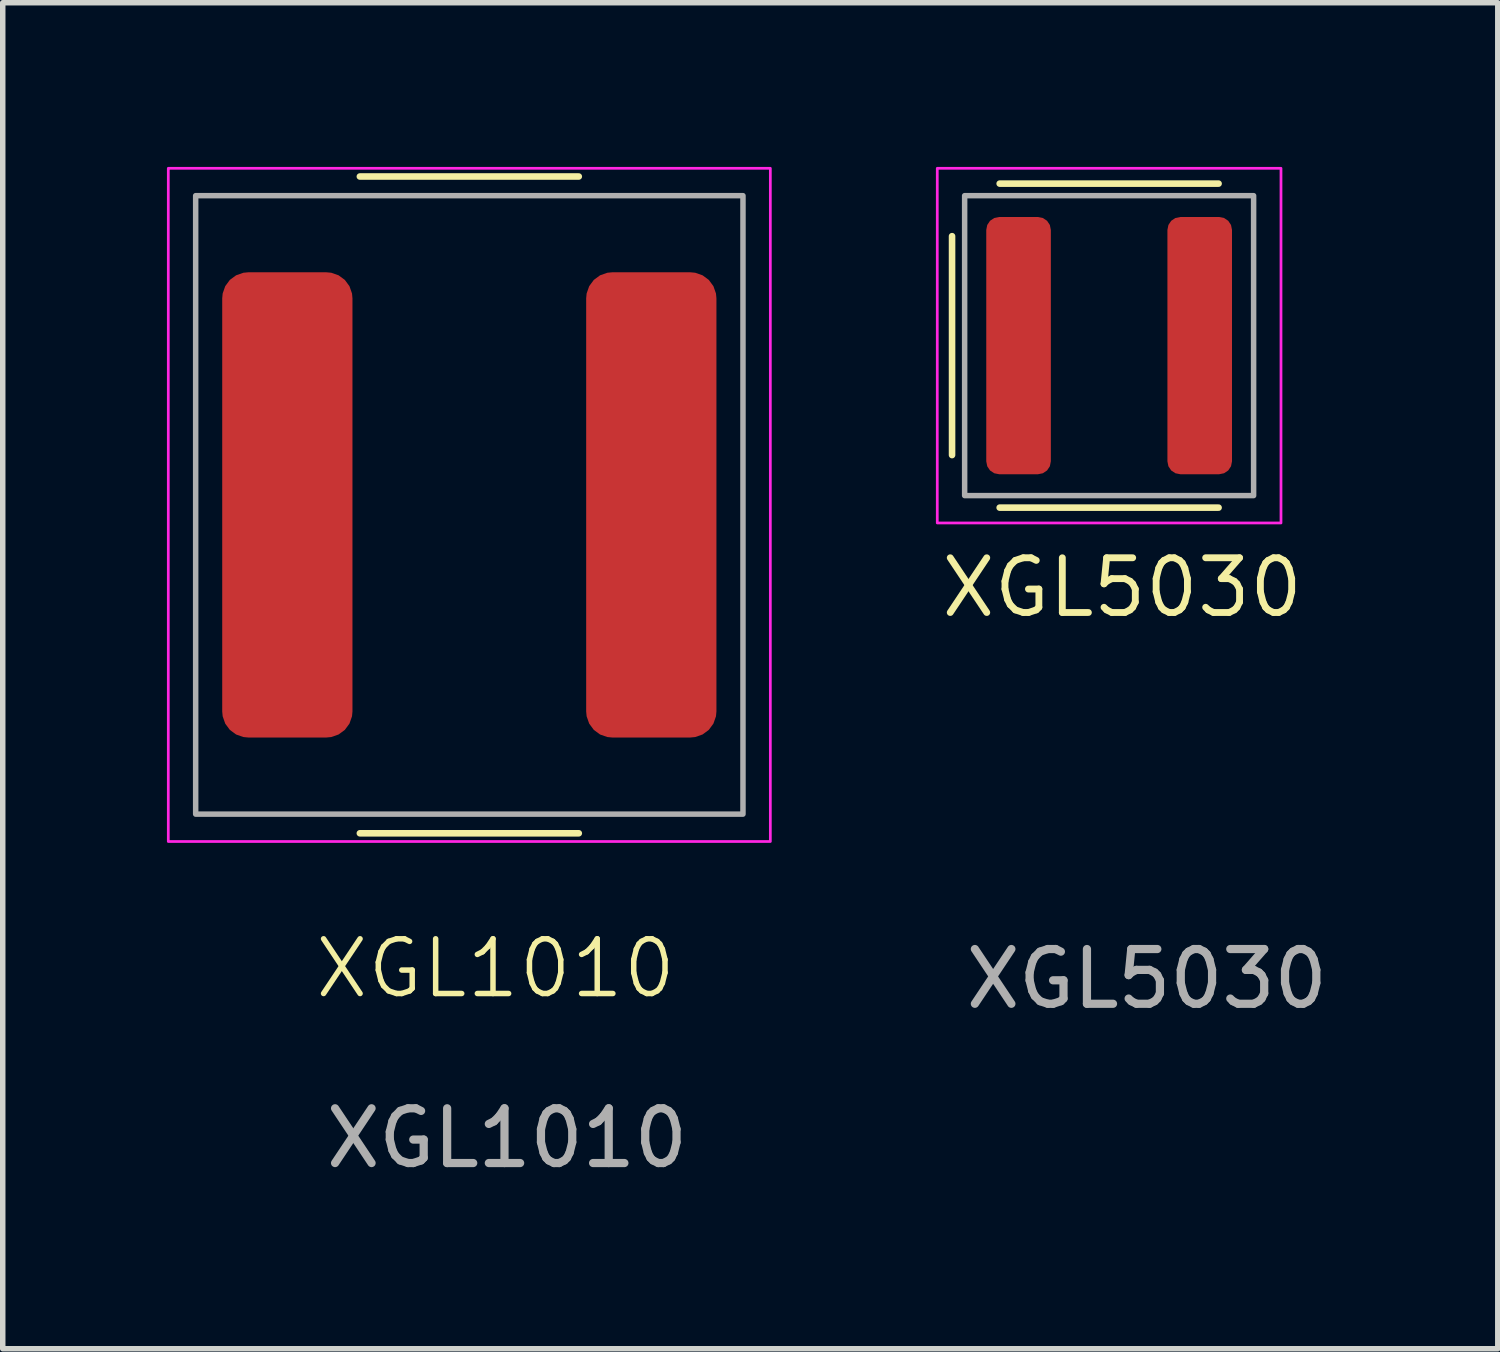
<source format=kicad_pcb>
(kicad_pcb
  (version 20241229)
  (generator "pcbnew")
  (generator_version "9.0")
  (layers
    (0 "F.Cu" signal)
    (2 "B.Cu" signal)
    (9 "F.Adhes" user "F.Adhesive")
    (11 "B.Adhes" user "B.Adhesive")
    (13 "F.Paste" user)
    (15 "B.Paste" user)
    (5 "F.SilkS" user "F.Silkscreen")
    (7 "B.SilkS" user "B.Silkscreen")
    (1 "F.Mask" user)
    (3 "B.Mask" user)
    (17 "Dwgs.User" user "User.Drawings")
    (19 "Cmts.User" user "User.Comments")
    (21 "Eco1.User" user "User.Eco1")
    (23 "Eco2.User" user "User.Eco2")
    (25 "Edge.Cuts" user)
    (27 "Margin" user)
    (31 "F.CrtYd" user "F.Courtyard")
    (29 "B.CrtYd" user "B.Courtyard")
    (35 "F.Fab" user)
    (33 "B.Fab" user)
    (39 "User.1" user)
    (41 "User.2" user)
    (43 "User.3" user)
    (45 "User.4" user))
  (footprint "XGL1010"
    (layer "F.Cu")
    (at 5.525 6.175)
    (property "Reference" "XGL1010" (at 0.48 8.47 0) (unlocked yes) (layer "F.SilkS") (effects (font (size 1 1) (thickness 0.1))))
    (attr smd)
    (fp_line (start -2 -6) (end 2 -6) (stroke (width 0.12) (type solid)) (layer "F.SilkS"))
    (fp_line (start -2 6) (end 2 6) (stroke (width 0.12) (type solid)) (layer "F.SilkS"))
    (fp_rect (start -5.5 -6.15) (end 5.5 6.15) (stroke (width 0.05) (type solid)) (fill no) (layer "F.CrtYd"))
    (fp_rect (start -5 -5.65) (end 5 5.65) (stroke (width 0.1) (type solid)) (fill no) (layer "F.Fab"))
    (fp_text user "${REFERENCE}" (at 0.69 11.57 0) (unlocked yes) (layer "F.Fab") (effects (font (size 1 1) (thickness 0.15))))
    (pad "1" smd roundrect (at -3.325 0) (size 2.38 8.5) (layers "F.Cu" "F.Mask" "F.Paste") (roundrect_rratio 0.2))
    (pad "2" smd roundrect (at 3.325 0) (size 2.38 8.5) (layers "F.Cu" "F.Mask" "F.Paste") (roundrect_rratio 0.2)))
  (footprint "XGL5030"
    (layer "F.Cu")
    (at 17.215 3.265)
    (property "Reference" "XGL5030" (at 0.24 4.42 0) (unlocked yes) (layer "F.SilkS") (effects (font (size 1 1) (thickness 0.125))))
    (attr smd)
    (fp_line (start -2.87 2) (end -2.87 -2) (stroke (width 0.12) (type solid)) (layer "F.SilkS"))
    (fp_line (start -2 -2.96) (end 2 -2.96) (stroke (width 0.12) (type solid)) (layer "F.SilkS"))
    (fp_line (start -2 2.96) (end 2 2.96) (stroke (width 0.12) (type solid)) (layer "F.SilkS"))
    (fp_rect (start -3.14 -3.24) (end 3.14 3.24) (stroke (width 0.05) (type solid)) (fill no) (layer "F.CrtYd"))
    (fp_rect (start -2.64 -2.74) (end 2.64 2.74) (stroke (width 0.1) (type solid)) (fill no) (layer "F.Fab"))
    (fp_text user "${REFERENCE}" (at 0.69 11.57 0) (unlocked yes) (layer "F.Fab") (effects (font (size 1 1) (thickness 0.15))))
    (pad "1" smd roundrect (at -1.655 0) (size 1.18 4.7) (layers "F.Cu" "F.Mask" "F.Paste") (roundrect_rratio 0.2))
    (pad "2" smd roundrect (at 1.655 0) (size 1.18 4.7) (layers "F.Cu" "F.Mask" "F.Paste") (roundrect_rratio 0.2)))
  (gr_rect
    (start -3 -3)
    (end 24.316 21.593)
    (stroke (width 0.1) (type default))
    (fill no)
    (layer "Edge.Cuts")))
</source>
